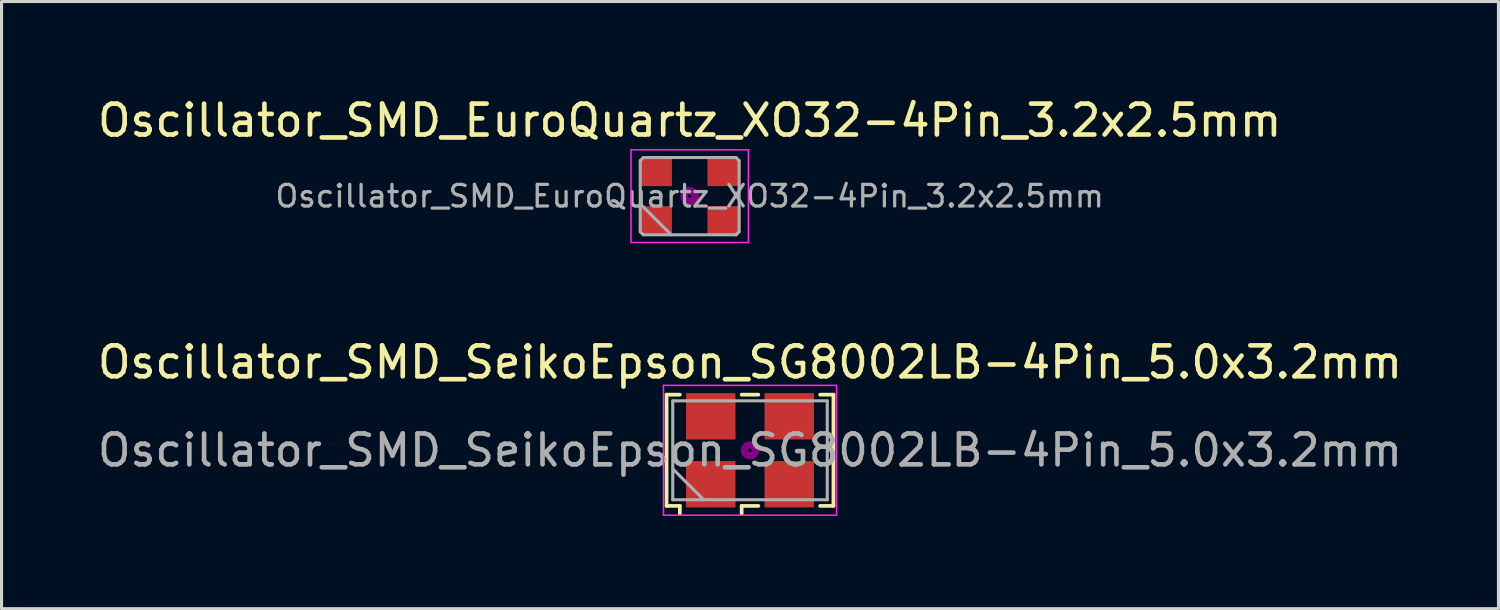
<source format=kicad_pcb>
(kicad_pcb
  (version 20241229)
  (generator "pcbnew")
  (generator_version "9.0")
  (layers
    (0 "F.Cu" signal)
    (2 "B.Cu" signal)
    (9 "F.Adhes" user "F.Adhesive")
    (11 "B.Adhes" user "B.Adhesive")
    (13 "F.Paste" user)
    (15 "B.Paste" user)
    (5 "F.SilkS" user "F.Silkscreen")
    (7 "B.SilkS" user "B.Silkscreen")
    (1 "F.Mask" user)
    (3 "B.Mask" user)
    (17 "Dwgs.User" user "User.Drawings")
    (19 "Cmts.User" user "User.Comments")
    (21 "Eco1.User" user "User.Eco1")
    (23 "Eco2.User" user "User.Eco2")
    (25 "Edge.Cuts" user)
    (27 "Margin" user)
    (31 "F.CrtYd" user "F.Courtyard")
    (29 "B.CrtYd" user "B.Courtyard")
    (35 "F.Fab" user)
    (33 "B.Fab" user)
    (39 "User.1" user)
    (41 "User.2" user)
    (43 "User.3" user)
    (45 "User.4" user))
  (footprint "Oscillator_SMD_EuroQuartz_XO32-4Pin_3.2x2.5mm"
    (layer "F.Cu")
    (at 19.268 3.298)
    (property "Reference" "Oscillator_SMD_EuroQuartz_XO32-4Pin_3.2x2.5mm" (at 0 -2.45 0) (layer "F.SilkS") (effects (font (size 1 1) (thickness 0.15))))
    (attr smd)
    (fp_circle (center 0 0) (end 0.058 0) (stroke (width 0.117) (type solid)) (fill no) (layer "F.Adhes"))
    (fp_circle (center 0 0) (end 0.133 0) (stroke (width 0.083) (type solid)) (fill no) (layer "F.Adhes"))
    (fp_circle (center 0 0) (end 0.208 0) (stroke (width 0.083) (type solid)) (fill no) (layer "F.Adhes"))
    (fp_circle (center 0 0) (end 0.25 0) (stroke (width 0.1) (type solid)) (fill no) (layer "F.Adhes"))
    (fp_line (start -1.9 -1.5) (end -1.9 1.5) (stroke (width 0.05) (type solid)) (layer "F.CrtYd"))
    (fp_line (start -1.9 1.5) (end 1.9 1.5) (stroke (width 0.05) (type solid)) (layer "F.CrtYd"))
    (fp_line (start 1.9 -1.5) (end -1.9 -1.5) (stroke (width 0.05) (type solid)) (layer "F.CrtYd"))
    (fp_line (start 1.9 1.5) (end 1.9 -1.5) (stroke (width 0.05) (type solid)) (layer "F.CrtYd"))
    (fp_line (start -1.6 -1.15) (end -1.5 -1.25) (stroke (width 0.1) (type solid)) (layer "F.Fab"))
    (fp_line (start -1.6 0.25) (end -0.6 1.25) (stroke (width 0.1) (type solid)) (layer "F.Fab"))
    (fp_line (start -1.6 1.15) (end -1.6 -1.15) (stroke (width 0.1) (type solid)) (layer "F.Fab"))
    (fp_line (start -1.5 -1.25) (end 1.5 -1.25) (stroke (width 0.1) (type solid)) (layer "F.Fab"))
    (fp_line (start -1.5 1.25) (end -1.6 1.15) (stroke (width 0.1) (type solid)) (layer "F.Fab"))
    (fp_line (start 1.5 -1.25) (end 1.6 -1.15) (stroke (width 0.1) (type solid)) (layer "F.Fab"))
    (fp_line (start 1.5 1.25) (end -1.5 1.25) (stroke (width 0.1) (type solid)) (layer "F.Fab"))
    (fp_line (start 1.6 -1.15) (end 1.6 1.15) (stroke (width 0.1) (type solid)) (layer "F.Fab"))
    (fp_line (start 1.6 1.15) (end 1.5 1.25) (stroke (width 0.1) (type solid)) (layer "F.Fab"))
    (fp_text user "${REFERENCE}" (at 0 0 0) (layer "F.Fab") (effects (font (size 0.7 0.7) (thickness 0.105))))
    (pad "1" smd rect (at -1.075 0.775) (size 1 0.9) (layers "F.Cu" "F.Mask" "F.Paste"))
    (pad "2" smd rect (at 1.075 0.775) (size 1 0.9) (layers "F.Cu" "F.Mask" "F.Paste"))
    (pad "3" smd rect (at 1.075 -0.775) (size 1 0.9) (layers "F.Cu" "F.Mask" "F.Paste"))
    (pad "4" smd rect (at -1.075 -0.775) (size 1 0.9) (layers "F.Cu" "F.Mask" "F.Paste")))
  (footprint "Oscillator_SMD_SeikoEpson_SG8002LB-4Pin_5.0x3.2mm"
    (layer "F.Cu")
    (at 21.22 11.521)
    (property "Reference" "Oscillator_SMD_SeikoEpson_SG8002LB-4Pin_5.0x3.2mm" (at 0 -2.85 0) (layer "F.SilkS") (effects (font (size 1 1) (thickness 0.15))))
    (attr smd)
    (fp_line (start -2.7 -1.8) (end -2.27 -1.8) (stroke (width 0.12) (type solid)) (layer "F.SilkS"))
    (fp_line (start -2.7 1.8) (end -2.7 -1.8) (stroke (width 0.12) (type solid)) (layer "F.SilkS"))
    (fp_line (start -2.27 1.8) (end -2.7 1.8) (stroke (width 0.12) (type solid)) (layer "F.SilkS"))
    (fp_line (start -2.27 2.05) (end -2.27 1.8) (stroke (width 0.12) (type solid)) (layer "F.SilkS"))
    (fp_line (start -0.27 -1.8) (end 0.27 -1.8) (stroke (width 0.12) (type solid)) (layer "F.SilkS"))
    (fp_line (start -0.27 1.8) (end -0.27 2.05) (stroke (width 0.12) (type solid)) (layer "F.SilkS"))
    (fp_line (start 0.27 1.8) (end -0.27 1.8) (stroke (width 0.12) (type solid)) (layer "F.SilkS"))
    (fp_line (start 2.27 -1.8) (end 2.7 -1.8) (stroke (width 0.12) (type solid)) (layer "F.SilkS"))
    (fp_line (start 2.7 -1.8) (end 2.7 1.8) (stroke (width 0.12) (type solid)) (layer "F.SilkS"))
    (fp_line (start 2.7 1.8) (end 2.27 1.8) (stroke (width 0.12) (type solid)) (layer "F.SilkS"))
    (fp_circle (center 0 0) (end 0.058 0) (stroke (width 0.117) (type solid)) (fill no) (layer "F.Adhes"))
    (fp_circle (center 0 0) (end 0.133 0) (stroke (width 0.083) (type solid)) (fill no) (layer "F.Adhes"))
    (fp_circle (center 0 0) (end 0.208 0) (stroke (width 0.083) (type solid)) (fill no) (layer "F.Adhes"))
    (fp_circle (center 0 0) (end 0.25 0) (stroke (width 0.1) (type solid)) (fill no) (layer "F.Adhes"))
    (fp_line (start -2.8 -2.1) (end -2.8 2.1) (stroke (width 0.05) (type solid)) (layer "F.CrtYd"))
    (fp_line (start -2.8 2.1) (end 2.8 2.1) (stroke (width 0.05) (type solid)) (layer "F.CrtYd"))
    (fp_line (start 2.8 -2.1) (end -2.8 -2.1) (stroke (width 0.05) (type solid)) (layer "F.CrtYd"))
    (fp_line (start 2.8 2.1) (end 2.8 -2.1) (stroke (width 0.05) (type solid)) (layer "F.CrtYd"))
    (fp_line (start -2.5 -1.6) (end -2.5 1.6) (stroke (width 0.1) (type solid)) (layer "F.Fab"))
    (fp_line (start -2.5 0.6) (end -1.5 1.6) (stroke (width 0.1) (type solid)) (layer "F.Fab"))
    (fp_line (start -2.5 1.6) (end 2.5 1.6) (stroke (width 0.1) (type solid)) (layer "F.Fab"))
    (fp_line (start 2.5 -1.6) (end -2.5 -1.6) (stroke (width 0.1) (type solid)) (layer "F.Fab"))
    (fp_line (start 2.5 1.6) (end 2.5 -1.6) (stroke (width 0.1) (type solid)) (layer "F.Fab"))
    (fp_text user "${REFERENCE}" (at 0 0 0) (layer "F.Fab") (effects (font (size 1 1) (thickness 0.15))))
    (pad "1" smd rect (at -1.27 1.1) (size 1.6 1.5) (layers "F.Cu" "F.Mask" "F.Paste"))
    (pad "2" smd rect (at 1.27 1.1) (size 1.6 1.5) (layers "F.Cu" "F.Mask" "F.Paste"))
    (pad "3" smd rect (at 1.27 -1.1) (size 1.6 1.5) (layers "F.Cu" "F.Mask" "F.Paste"))
    (pad "4" smd rect (at -1.27 -1.1) (size 1.6 1.5) (layers "F.Cu" "F.Mask" "F.Paste")))
  (gr_rect
    (start -3 -3)
    (end 45.44 16.646)
    (stroke (width 0.1) (type default))
    (fill no)
    (layer "Edge.Cuts")))
</source>
